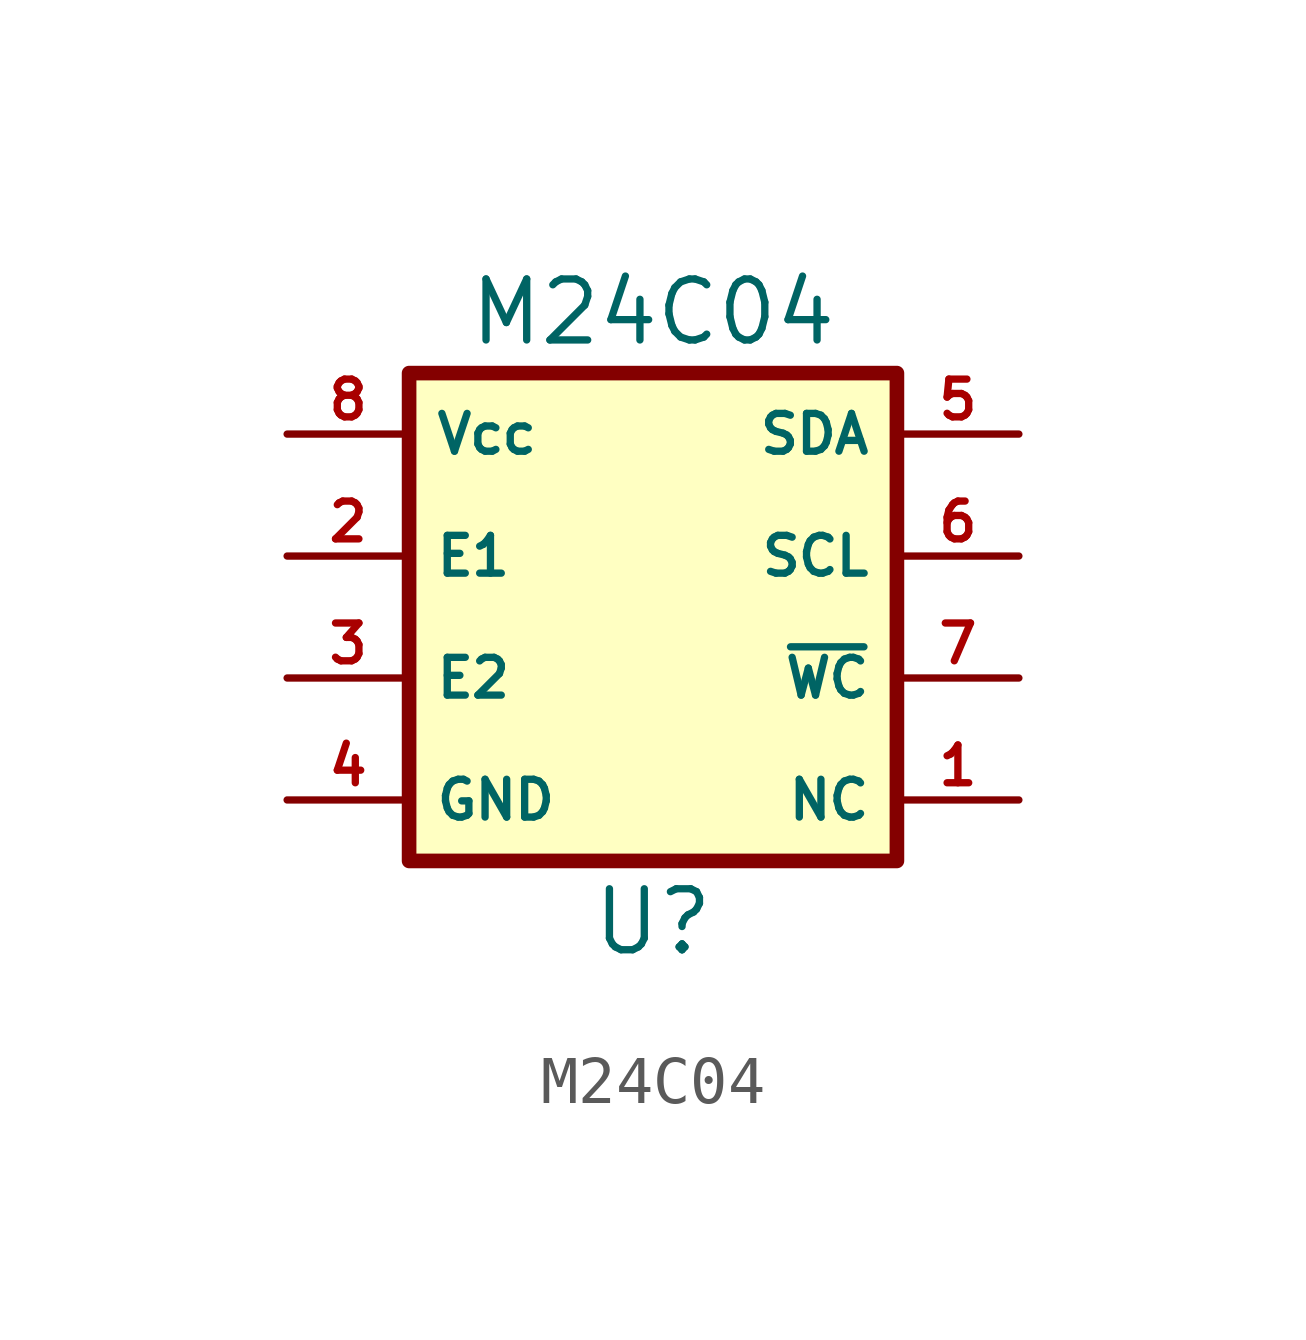
<source format=kicad_sym>
(kicad_symbol_lib
  (version 20220914)
  (generator kicad_symbol_editor)
  (symbol "M24C04"
    (property "Reference" "U"
      (at 0 -6.35 0)
      (effects (font (size 1.27 1.27))))
    (property "Value" "M24C04"
      (at 0 6.35 0)
      (effects (font (size 1.27 1.27))))
    (symbol "M24C04_0_1"
      (rectangle (start 5.08 5.08) (end -5.08 -5.08) (stroke (width 0.305) (type default)) (fill (type background))))
    (symbol "M24C04_1_1"
      (pin input line (at 7.62 -3.81 180) (length 2.54) (name "NC" (effects (font (size 0.787 0.787)))) (number "1" (effects (font (size 0.787 0.787)))))
      (pin input line (at -7.62 1.27 0) (length 2.54) (name "E1" (effects (font (size 0.787 0.787)))) (number "2" (effects (font (size 0.787 0.787)))))
      (pin input line (at -7.62 -1.27 0) (length 2.54) (name "E2" (effects (font (size 0.787 0.787)))) (number "3" (effects (font (size 0.787 0.787)))))
      (pin power_in line (at -7.62 -3.81 0) (length 2.54) (name "GND" (effects (font (size 0.787 0.787)))) (number "4" (effects (font (size 0.787 0.787)))))
      (pin bidirectional line (at 7.62 3.81 180) (length 2.54) (name "SDA" (effects (font (size 0.787 0.787)))) (number "5" (effects (font (size 0.787 0.787)))))
      (pin input line (at 7.62 1.27 180) (length 2.54) (name "SCL" (effects (font (size 0.787 0.787)))) (number "6" (effects (font (size 0.787 0.787)))))
      (pin input line (at 7.62 -1.27 180) (length 2.54) (name "~{WC}" (effects (font (size 0.787 0.787)))) (number "7" (effects (font (size 0.787 0.787)))))
      (pin power_in line (at -7.62 3.81 0) (length 2.54) (name "Vcc" (effects (font (size 0.787 0.787)))) (number "8" (effects (font (size 0.787 0.787))))))))
</source>
